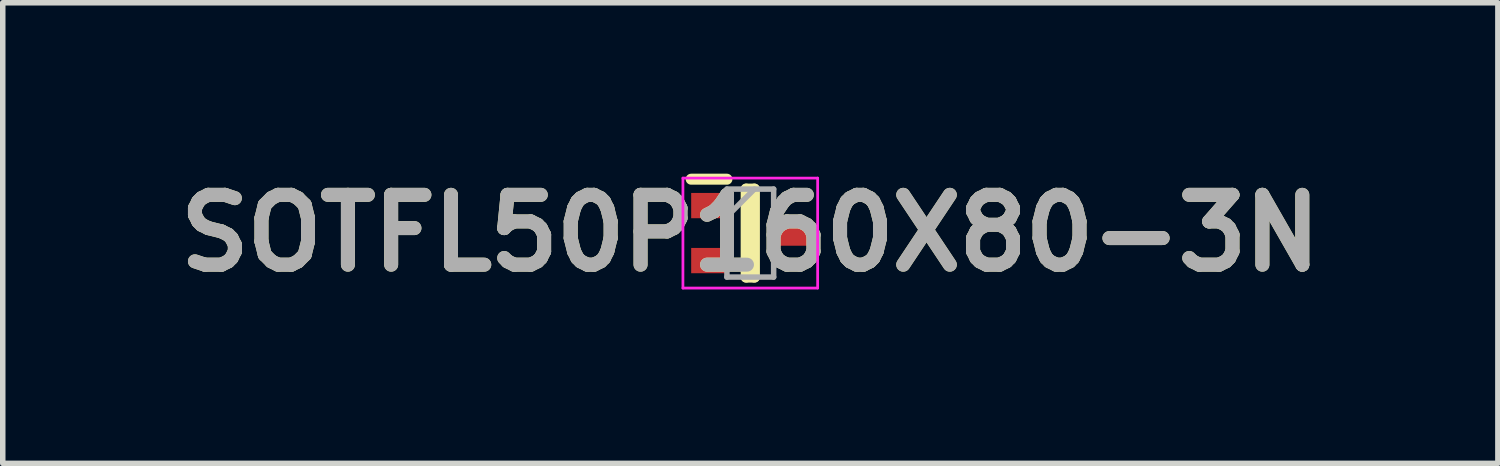
<source format=kicad_pcb>
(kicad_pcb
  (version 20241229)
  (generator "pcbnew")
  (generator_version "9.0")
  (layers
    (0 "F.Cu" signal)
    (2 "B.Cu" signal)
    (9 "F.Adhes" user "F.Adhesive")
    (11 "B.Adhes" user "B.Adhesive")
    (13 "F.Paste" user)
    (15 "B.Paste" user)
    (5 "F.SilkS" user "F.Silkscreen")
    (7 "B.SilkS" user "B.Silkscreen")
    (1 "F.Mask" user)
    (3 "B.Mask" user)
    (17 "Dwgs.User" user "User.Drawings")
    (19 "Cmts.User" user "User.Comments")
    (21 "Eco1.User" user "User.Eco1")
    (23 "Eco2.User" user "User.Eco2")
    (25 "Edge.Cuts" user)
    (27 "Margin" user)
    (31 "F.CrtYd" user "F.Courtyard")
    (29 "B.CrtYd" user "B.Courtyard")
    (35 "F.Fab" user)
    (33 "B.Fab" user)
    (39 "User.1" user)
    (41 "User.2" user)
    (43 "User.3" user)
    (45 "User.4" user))
  (footprint "SOTFL50P160X80-3N"
    (layer "F.Cu")
    (at 10.595 1.189)
    (property "Reference" "SOTFL50P160X80-3N" (at 0 0 0) (layer "F.SilkS") (effects (font (size 1.27 1.27) (thickness 0.254))))
    (attr smd)
    (fp_line (start -1.075 -0.98) (end -0.425 -0.98) (stroke (width 0.2) (type solid)) (layer "F.SilkS"))
    (fp_line (start -0.075 -0.8) (end 0.075 -0.8) (stroke (width 0.2) (type solid)) (layer "F.SilkS"))
    (fp_line (start -0.075 0.8) (end -0.075 -0.8) (stroke (width 0.2) (type solid)) (layer "F.SilkS"))
    (fp_line (start 0.075 -0.8) (end 0.075 0.8) (stroke (width 0.2) (type solid)) (layer "F.SilkS"))
    (fp_line (start 0.075 0.8) (end -0.075 0.8) (stroke (width 0.2) (type solid)) (layer "F.SilkS"))
    (fp_line (start -1.225 -1) (end 1.225 -1) (stroke (width 0.05) (type solid)) (layer "F.CrtYd"))
    (fp_line (start -1.225 1) (end -1.225 -1) (stroke (width 0.05) (type solid)) (layer "F.CrtYd"))
    (fp_line (start 1.225 -1) (end 1.225 1) (stroke (width 0.05) (type solid)) (layer "F.CrtYd"))
    (fp_line (start 1.225 1) (end -1.225 1) (stroke (width 0.05) (type solid)) (layer "F.CrtYd"))
    (fp_line (start -0.425 -0.8) (end 0.425 -0.8) (stroke (width 0.1) (type solid)) (layer "F.Fab"))
    (fp_line (start -0.425 -0.3) (end 0.075 -0.8) (stroke (width 0.1) (type solid)) (layer "F.Fab"))
    (fp_line (start -0.425 0.8) (end -0.425 -0.8) (stroke (width 0.1) (type solid)) (layer "F.Fab"))
    (fp_line (start 0.425 -0.8) (end 0.425 0.8) (stroke (width 0.1) (type solid)) (layer "F.Fab"))
    (fp_line (start 0.425 0.8) (end -0.425 0.8) (stroke (width 0.1) (type solid)) (layer "F.Fab"))
    (fp_text user "${REFERENCE}" (at 0 0 0) (layer "F.Fab") (effects (font (size 1.27 1.27) (thickness 0.254))))
    (pad "1" smd rect (at -0.75 -0.5 90) (size 0.46 0.65) (layers "F.Cu" "F.Mask" "F.Paste"))
    (pad "2" smd rect (at -0.75 0.5 90) (size 0.46 0.65) (layers "F.Cu" "F.Mask" "F.Paste"))
    (pad "3" smd rect (at 0.75 0 90) (size 0.46 0.65) (layers "F.Cu" "F.Mask" "F.Paste")))
  (gr_rect
    (start -3 -3)
    (end 24.191 5.377)
    (stroke (width 0.1) (type default))
    (fill no)
    (layer "Edge.Cuts")))
</source>
